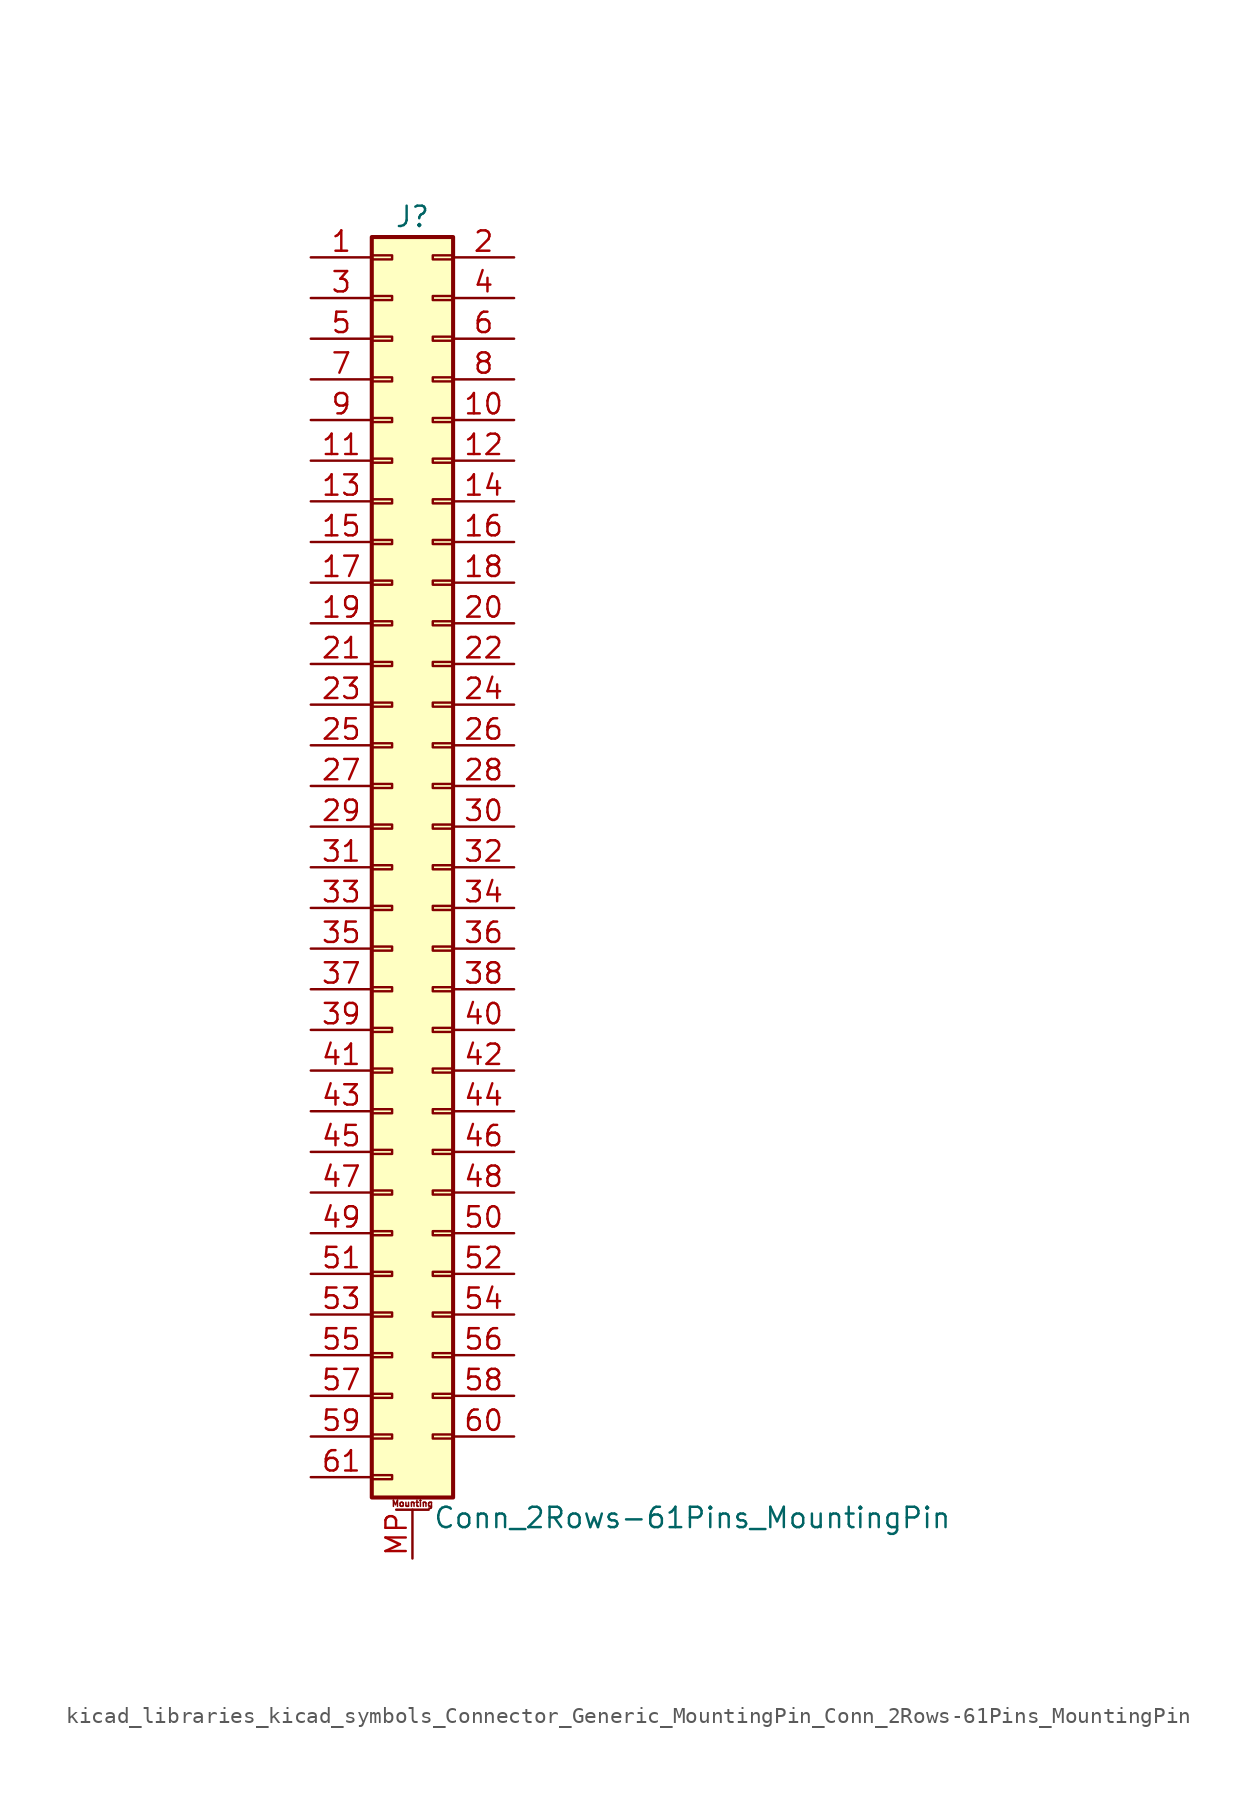
<source format=kicad_sym>
(kicad_symbol_lib
  (version 20220914)
  (generator kicad_symbol_editor)
  (symbol "kicad_libraries_kicad_symbols_Connector_Generic_MountingPin_Conn_2Rows-61Pins_MountingPin"
    (pin_names
      (offset 1.016) hide)
    (property "Reference" "J"
      (at 1.27 40.64 0)
      (effects (font (size 1.27 1.27))))
    (property "Value" "Conn_2Rows-61Pins_MountingPin"
      (at 2.54 -40.64 0)
      (effects (font (size 1.27 1.27)) (justify left)))
    (symbol "kicad_libraries_kicad_symbols_Connector_Generic_MountingPin_Conn_2Rows-61Pins_MountingPin_1_1"
      (rectangle (start -1.27 -37.973) (end 0 -38.227) (stroke (width 0.152) (type default)) (fill (type none)))
      (rectangle (start -1.27 -35.433) (end 0 -35.687) (stroke (width 0.152) (type default)) (fill (type none)))
      (rectangle (start -1.27 -32.893) (end 0 -33.147) (stroke (width 0.152) (type default)) (fill (type none)))
      (rectangle (start -1.27 -30.353) (end 0 -30.607) (stroke (width 0.152) (type default)) (fill (type none)))
      (rectangle (start -1.27 -27.813) (end 0 -28.067) (stroke (width 0.152) (type default)) (fill (type none)))
      (rectangle (start -1.27 -25.273) (end 0 -25.527) (stroke (width 0.152) (type default)) (fill (type none)))
      (rectangle (start -1.27 -22.733) (end 0 -22.987) (stroke (width 0.152) (type default)) (fill (type none)))
      (rectangle (start -1.27 -20.193) (end 0 -20.447) (stroke (width 0.152) (type default)) (fill (type none)))
      (rectangle (start -1.27 -17.653) (end 0 -17.907) (stroke (width 0.152) (type default)) (fill (type none)))
      (rectangle (start -1.27 -15.113) (end 0 -15.367) (stroke (width 0.152) (type default)) (fill (type none)))
      (rectangle (start -1.27 -12.573) (end 0 -12.827) (stroke (width 0.152) (type default)) (fill (type none)))
      (rectangle (start -1.27 -10.033) (end 0 -10.287) (stroke (width 0.152) (type default)) (fill (type none)))
      (rectangle (start -1.27 -7.493) (end 0 -7.747) (stroke (width 0.152) (type default)) (fill (type none)))
      (rectangle (start -1.27 -4.953) (end 0 -5.207) (stroke (width 0.152) (type default)) (fill (type none)))
      (rectangle (start -1.27 -2.413) (end 0 -2.667) (stroke (width 0.152) (type default)) (fill (type none)))
      (rectangle (start -1.27 0.127) (end 0 -0.127) (stroke (width 0.152) (type default)) (fill (type none)))
      (rectangle (start -1.27 2.667) (end 0 2.413) (stroke (width 0.152) (type default)) (fill (type none)))
      (rectangle (start -1.27 5.207) (end 0 4.953) (stroke (width 0.152) (type default)) (fill (type none)))
      (rectangle (start -1.27 7.747) (end 0 7.493) (stroke (width 0.152) (type default)) (fill (type none)))
      (rectangle (start -1.27 10.287) (end 0 10.033) (stroke (width 0.152) (type default)) (fill (type none)))
      (rectangle (start -1.27 12.827) (end 0 12.573) (stroke (width 0.152) (type default)) (fill (type none)))
      (rectangle (start -1.27 15.367) (end 0 15.113) (stroke (width 0.152) (type default)) (fill (type none)))
      (rectangle (start -1.27 17.907) (end 0 17.653) (stroke (width 0.152) (type default)) (fill (type none)))
      (rectangle (start -1.27 20.447) (end 0 20.193) (stroke (width 0.152) (type default)) (fill (type none)))
      (rectangle (start -1.27 22.987) (end 0 22.733) (stroke (width 0.152) (type default)) (fill (type none)))
      (rectangle (start -1.27 25.527) (end 0 25.273) (stroke (width 0.152) (type default)) (fill (type none)))
      (rectangle (start -1.27 28.067) (end 0 27.813) (stroke (width 0.152) (type default)) (fill (type none)))
      (rectangle (start -1.27 30.607) (end 0 30.353) (stroke (width 0.152) (type default)) (fill (type none)))
      (rectangle (start -1.27 33.147) (end 0 32.893) (stroke (width 0.152) (type default)) (fill (type none)))
      (rectangle (start -1.27 35.687) (end 0 35.433) (stroke (width 0.152) (type default)) (fill (type none)))
      (rectangle (start -1.27 38.227) (end 0 37.973) (stroke (width 0.152) (type default)) (fill (type none)))
      (rectangle (start -1.27 39.37) (end 3.81 -39.37) (stroke (width 0.254) (type default)) (fill (type background)))
      (polyline (pts (xy 0.254 -40.132) (xy 2.286 -40.132)) (stroke (width 0.152) (type default)) (fill (type none)))
      (rectangle (start 3.81 -35.433) (end 2.54 -35.687) (stroke (width 0.152) (type default)) (fill (type none)))
      (rectangle (start 3.81 -32.893) (end 2.54 -33.147) (stroke (width 0.152) (type default)) (fill (type none)))
      (rectangle (start 3.81 -30.353) (end 2.54 -30.607) (stroke (width 0.152) (type default)) (fill (type none)))
      (rectangle (start 3.81 -27.813) (end 2.54 -28.067) (stroke (width 0.152) (type default)) (fill (type none)))
      (rectangle (start 3.81 -25.273) (end 2.54 -25.527) (stroke (width 0.152) (type default)) (fill (type none)))
      (rectangle (start 3.81 -22.733) (end 2.54 -22.987) (stroke (width 0.152) (type default)) (fill (type none)))
      (rectangle (start 3.81 -20.193) (end 2.54 -20.447) (stroke (width 0.152) (type default)) (fill (type none)))
      (rectangle (start 3.81 -17.653) (end 2.54 -17.907) (stroke (width 0.152) (type default)) (fill (type none)))
      (rectangle (start 3.81 -15.113) (end 2.54 -15.367) (stroke (width 0.152) (type default)) (fill (type none)))
      (rectangle (start 3.81 -12.573) (end 2.54 -12.827) (stroke (width 0.152) (type default)) (fill (type none)))
      (rectangle (start 3.81 -10.033) (end 2.54 -10.287) (stroke (width 0.152) (type default)) (fill (type none)))
      (rectangle (start 3.81 -7.493) (end 2.54 -7.747) (stroke (width 0.152) (type default)) (fill (type none)))
      (rectangle (start 3.81 -4.953) (end 2.54 -5.207) (stroke (width 0.152) (type default)) (fill (type none)))
      (rectangle (start 3.81 -2.413) (end 2.54 -2.667) (stroke (width 0.152) (type default)) (fill (type none)))
      (rectangle (start 3.81 0.127) (end 2.54 -0.127) (stroke (width 0.152) (type default)) (fill (type none)))
      (rectangle (start 3.81 2.667) (end 2.54 2.413) (stroke (width 0.152) (type default)) (fill (type none)))
      (rectangle (start 3.81 5.207) (end 2.54 4.953) (stroke (width 0.152) (type default)) (fill (type none)))
      (rectangle (start 3.81 7.747) (end 2.54 7.493) (stroke (width 0.152) (type default)) (fill (type none)))
      (rectangle (start 3.81 10.287) (end 2.54 10.033) (stroke (width 0.152) (type default)) (fill (type none)))
      (rectangle (start 3.81 12.827) (end 2.54 12.573) (stroke (width 0.152) (type default)) (fill (type none)))
      (rectangle (start 3.81 15.367) (end 2.54 15.113) (stroke (width 0.152) (type default)) (fill (type none)))
      (rectangle (start 3.81 17.907) (end 2.54 17.653) (stroke (width 0.152) (type default)) (fill (type none)))
      (rectangle (start 3.81 20.447) (end 2.54 20.193) (stroke (width 0.152) (type default)) (fill (type none)))
      (rectangle (start 3.81 22.987) (end 2.54 22.733) (stroke (width 0.152) (type default)) (fill (type none)))
      (rectangle (start 3.81 25.527) (end 2.54 25.273) (stroke (width 0.152) (type default)) (fill (type none)))
      (rectangle (start 3.81 28.067) (end 2.54 27.813) (stroke (width 0.152) (type default)) (fill (type none)))
      (rectangle (start 3.81 30.607) (end 2.54 30.353) (stroke (width 0.152) (type default)) (fill (type none)))
      (rectangle (start 3.81 33.147) (end 2.54 32.893) (stroke (width 0.152) (type default)) (fill (type none)))
      (rectangle (start 3.81 35.687) (end 2.54 35.433) (stroke (width 0.152) (type default)) (fill (type none)))
      (rectangle (start 3.81 38.227) (end 2.54 37.973) (stroke (width 0.152) (type default)) (fill (type none)))
      (text "Mounting" (at 1.27 -39.751 0) (effects (font (size 0.381 0.381))))
      (pin passive line (at -5.08 38.1 0) (length 3.81) (name "Pin_1" (effects (font (size 1.27 1.27)))) (number "1" (effects (font (size 1.27 1.27)))))
      (pin passive line (at 7.62 27.94 180) (length 3.81) (name "Pin_10" (effects (font (size 1.27 1.27)))) (number "10" (effects (font (size 1.27 1.27)))))
      (pin passive line (at -5.08 25.4 0) (length 3.81) (name "Pin_11" (effects (font (size 1.27 1.27)))) (number "11" (effects (font (size 1.27 1.27)))))
      (pin passive line (at 7.62 25.4 180) (length 3.81) (name "Pin_12" (effects (font (size 1.27 1.27)))) (number "12" (effects (font (size 1.27 1.27)))))
      (pin passive line (at -5.08 22.86 0) (length 3.81) (name "Pin_13" (effects (font (size 1.27 1.27)))) (number "13" (effects (font (size 1.27 1.27)))))
      (pin passive line (at 7.62 22.86 180) (length 3.81) (name "Pin_14" (effects (font (size 1.27 1.27)))) (number "14" (effects (font (size 1.27 1.27)))))
      (pin passive line (at -5.08 20.32 0) (length 3.81) (name "Pin_15" (effects (font (size 1.27 1.27)))) (number "15" (effects (font (size 1.27 1.27)))))
      (pin passive line (at 7.62 20.32 180) (length 3.81) (name "Pin_16" (effects (font (size 1.27 1.27)))) (number "16" (effects (font (size 1.27 1.27)))))
      (pin passive line (at -5.08 17.78 0) (length 3.81) (name "Pin_17" (effects (font (size 1.27 1.27)))) (number "17" (effects (font (size 1.27 1.27)))))
      (pin passive line (at 7.62 17.78 180) (length 3.81) (name "Pin_18" (effects (font (size 1.27 1.27)))) (number "18" (effects (font (size 1.27 1.27)))))
      (pin passive line (at -5.08 15.24 0) (length 3.81) (name "Pin_19" (effects (font (size 1.27 1.27)))) (number "19" (effects (font (size 1.27 1.27)))))
      (pin passive line (at 7.62 38.1 180) (length 3.81) (name "Pin_2" (effects (font (size 1.27 1.27)))) (number "2" (effects (font (size 1.27 1.27)))))
      (pin passive line (at 7.62 15.24 180) (length 3.81) (name "Pin_20" (effects (font (size 1.27 1.27)))) (number "20" (effects (font (size 1.27 1.27)))))
      (pin passive line (at -5.08 12.7 0) (length 3.81) (name "Pin_21" (effects (font (size 1.27 1.27)))) (number "21" (effects (font (size 1.27 1.27)))))
      (pin passive line (at 7.62 12.7 180) (length 3.81) (name "Pin_22" (effects (font (size 1.27 1.27)))) (number "22" (effects (font (size 1.27 1.27)))))
      (pin passive line (at -5.08 10.16 0) (length 3.81) (name "Pin_23" (effects (font (size 1.27 1.27)))) (number "23" (effects (font (size 1.27 1.27)))))
      (pin passive line (at 7.62 10.16 180) (length 3.81) (name "Pin_24" (effects (font (size 1.27 1.27)))) (number "24" (effects (font (size 1.27 1.27)))))
      (pin passive line (at -5.08 7.62 0) (length 3.81) (name "Pin_25" (effects (font (size 1.27 1.27)))) (number "25" (effects (font (size 1.27 1.27)))))
      (pin passive line (at 7.62 7.62 180) (length 3.81) (name "Pin_26" (effects (font (size 1.27 1.27)))) (number "26" (effects (font (size 1.27 1.27)))))
      (pin passive line (at -5.08 5.08 0) (length 3.81) (name "Pin_27" (effects (font (size 1.27 1.27)))) (number "27" (effects (font (size 1.27 1.27)))))
      (pin passive line (at 7.62 5.08 180) (length 3.81) (name "Pin_28" (effects (font (size 1.27 1.27)))) (number "28" (effects (font (size 1.27 1.27)))))
      (pin passive line (at -5.08 2.54 0) (length 3.81) (name "Pin_29" (effects (font (size 1.27 1.27)))) (number "29" (effects (font (size 1.27 1.27)))))
      (pin passive line (at -5.08 35.56 0) (length 3.81) (name "Pin_3" (effects (font (size 1.27 1.27)))) (number "3" (effects (font (size 1.27 1.27)))))
      (pin passive line (at 7.62 2.54 180) (length 3.81) (name "Pin_30" (effects (font (size 1.27 1.27)))) (number "30" (effects (font (size 1.27 1.27)))))
      (pin passive line (at -5.08 0 0) (length 3.81) (name "Pin_31" (effects (font (size 1.27 1.27)))) (number "31" (effects (font (size 1.27 1.27)))))
      (pin passive line (at 7.62 0 180) (length 3.81) (name "Pin_32" (effects (font (size 1.27 1.27)))) (number "32" (effects (font (size 1.27 1.27)))))
      (pin passive line (at -5.08 -2.54 0) (length 3.81) (name "Pin_33" (effects (font (size 1.27 1.27)))) (number "33" (effects (font (size 1.27 1.27)))))
      (pin passive line (at 7.62 -2.54 180) (length 3.81) (name "Pin_34" (effects (font (size 1.27 1.27)))) (number "34" (effects (font (size 1.27 1.27)))))
      (pin passive line (at -5.08 -5.08 0) (length 3.81) (name "Pin_35" (effects (font (size 1.27 1.27)))) (number "35" (effects (font (size 1.27 1.27)))))
      (pin passive line (at 7.62 -5.08 180) (length 3.81) (name "Pin_36" (effects (font (size 1.27 1.27)))) (number "36" (effects (font (size 1.27 1.27)))))
      (pin passive line (at -5.08 -7.62 0) (length 3.81) (name "Pin_37" (effects (font (size 1.27 1.27)))) (number "37" (effects (font (size 1.27 1.27)))))
      (pin passive line (at 7.62 -7.62 180) (length 3.81) (name "Pin_38" (effects (font (size 1.27 1.27)))) (number "38" (effects (font (size 1.27 1.27)))))
      (pin passive line (at -5.08 -10.16 0) (length 3.81) (name "Pin_39" (effects (font (size 1.27 1.27)))) (number "39" (effects (font (size 1.27 1.27)))))
      (pin passive line (at 7.62 35.56 180) (length 3.81) (name "Pin_4" (effects (font (size 1.27 1.27)))) (number "4" (effects (font (size 1.27 1.27)))))
      (pin passive line (at 7.62 -10.16 180) (length 3.81) (name "Pin_40" (effects (font (size 1.27 1.27)))) (number "40" (effects (font (size 1.27 1.27)))))
      (pin passive line (at -5.08 -12.7 0) (length 3.81) (name "Pin_41" (effects (font (size 1.27 1.27)))) (number "41" (effects (font (size 1.27 1.27)))))
      (pin passive line (at 7.62 -12.7 180) (length 3.81) (name "Pin_42" (effects (font (size 1.27 1.27)))) (number "42" (effects (font (size 1.27 1.27)))))
      (pin passive line (at -5.08 -15.24 0) (length 3.81) (name "Pin_43" (effects (font (size 1.27 1.27)))) (number "43" (effects (font (size 1.27 1.27)))))
      (pin passive line (at 7.62 -15.24 180) (length 3.81) (name "Pin_44" (effects (font (size 1.27 1.27)))) (number "44" (effects (font (size 1.27 1.27)))))
      (pin passive line (at -5.08 -17.78 0) (length 3.81) (name "Pin_45" (effects (font (size 1.27 1.27)))) (number "45" (effects (font (size 1.27 1.27)))))
      (pin passive line (at 7.62 -17.78 180) (length 3.81) (name "Pin_46" (effects (font (size 1.27 1.27)))) (number "46" (effects (font (size 1.27 1.27)))))
      (pin passive line (at -5.08 -20.32 0) (length 3.81) (name "Pin_47" (effects (font (size 1.27 1.27)))) (number "47" (effects (font (size 1.27 1.27)))))
      (pin passive line (at 7.62 -20.32 180) (length 3.81) (name "Pin_48" (effects (font (size 1.27 1.27)))) (number "48" (effects (font (size 1.27 1.27)))))
      (pin passive line (at -5.08 -22.86 0) (length 3.81) (name "Pin_49" (effects (font (size 1.27 1.27)))) (number "49" (effects (font (size 1.27 1.27)))))
      (pin passive line (at -5.08 33.02 0) (length 3.81) (name "Pin_5" (effects (font (size 1.27 1.27)))) (number "5" (effects (font (size 1.27 1.27)))))
      (pin passive line (at 7.62 -22.86 180) (length 3.81) (name "Pin_50" (effects (font (size 1.27 1.27)))) (number "50" (effects (font (size 1.27 1.27)))))
      (pin passive line (at -5.08 -25.4 0) (length 3.81) (name "Pin_51" (effects (font (size 1.27 1.27)))) (number "51" (effects (font (size 1.27 1.27)))))
      (pin passive line (at 7.62 -25.4 180) (length 3.81) (name "Pin_52" (effects (font (size 1.27 1.27)))) (number "52" (effects (font (size 1.27 1.27)))))
      (pin passive line (at -5.08 -27.94 0) (length 3.81) (name "Pin_53" (effects (font (size 1.27 1.27)))) (number "53" (effects (font (size 1.27 1.27)))))
      (pin passive line (at 7.62 -27.94 180) (length 3.81) (name "Pin_54" (effects (font (size 1.27 1.27)))) (number "54" (effects (font (size 1.27 1.27)))))
      (pin passive line (at -5.08 -30.48 0) (length 3.81) (name "Pin_55" (effects (font (size 1.27 1.27)))) (number "55" (effects (font (size 1.27 1.27)))))
      (pin passive line (at 7.62 -30.48 180) (length 3.81) (name "Pin_56" (effects (font (size 1.27 1.27)))) (number "56" (effects (font (size 1.27 1.27)))))
      (pin passive line (at -5.08 -33.02 0) (length 3.81) (name "Pin_57" (effects (font (size 1.27 1.27)))) (number "57" (effects (font (size 1.27 1.27)))))
      (pin passive line (at 7.62 -33.02 180) (length 3.81) (name "Pin_58" (effects (font (size 1.27 1.27)))) (number "58" (effects (font (size 1.27 1.27)))))
      (pin passive line (at -5.08 -35.56 0) (length 3.81) (name "Pin_59" (effects (font (size 1.27 1.27)))) (number "59" (effects (font (size 1.27 1.27)))))
      (pin passive line (at 7.62 33.02 180) (length 3.81) (name "Pin_6" (effects (font (size 1.27 1.27)))) (number "6" (effects (font (size 1.27 1.27)))))
      (pin passive line (at 7.62 -35.56 180) (length 3.81) (name "Pin_60" (effects (font (size 1.27 1.27)))) (number "60" (effects (font (size 1.27 1.27)))))
      (pin passive line (at -5.08 -38.1 0) (length 3.81) (name "Pin_61" (effects (font (size 1.27 1.27)))) (number "61" (effects (font (size 1.27 1.27)))))
      (pin passive line (at -5.08 30.48 0) (length 3.81) (name "Pin_7" (effects (font (size 1.27 1.27)))) (number "7" (effects (font (size 1.27 1.27)))))
      (pin passive line (at 7.62 30.48 180) (length 3.81) (name "Pin_8" (effects (font (size 1.27 1.27)))) (number "8" (effects (font (size 1.27 1.27)))))
      (pin passive line (at -5.08 27.94 0) (length 3.81) (name "Pin_9" (effects (font (size 1.27 1.27)))) (number "9" (effects (font (size 1.27 1.27)))))
      (pin passive line (at 1.27 -43.18 90) (length 3.048) (name "MountPin" (effects (font (size 1.27 1.27)))) (number "MP" (effects (font (size 1.27 1.27))))))))
</source>
